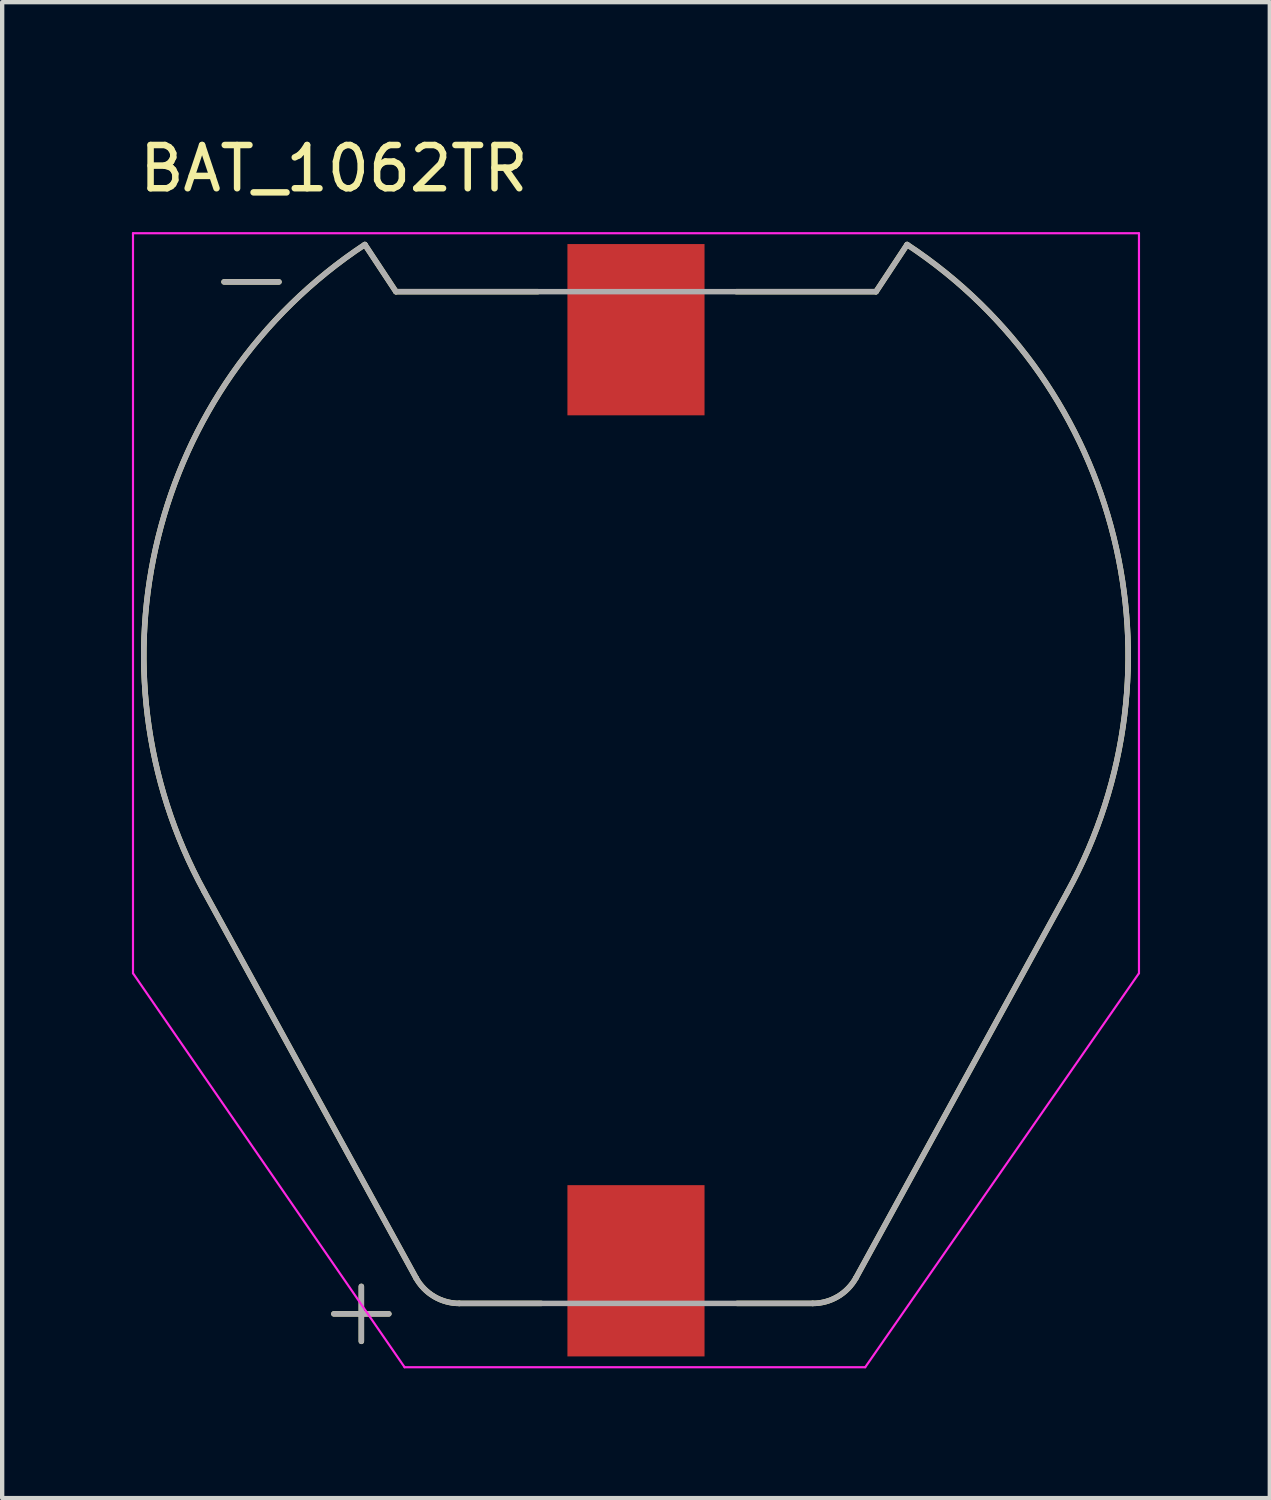
<source format=kicad_pcb>
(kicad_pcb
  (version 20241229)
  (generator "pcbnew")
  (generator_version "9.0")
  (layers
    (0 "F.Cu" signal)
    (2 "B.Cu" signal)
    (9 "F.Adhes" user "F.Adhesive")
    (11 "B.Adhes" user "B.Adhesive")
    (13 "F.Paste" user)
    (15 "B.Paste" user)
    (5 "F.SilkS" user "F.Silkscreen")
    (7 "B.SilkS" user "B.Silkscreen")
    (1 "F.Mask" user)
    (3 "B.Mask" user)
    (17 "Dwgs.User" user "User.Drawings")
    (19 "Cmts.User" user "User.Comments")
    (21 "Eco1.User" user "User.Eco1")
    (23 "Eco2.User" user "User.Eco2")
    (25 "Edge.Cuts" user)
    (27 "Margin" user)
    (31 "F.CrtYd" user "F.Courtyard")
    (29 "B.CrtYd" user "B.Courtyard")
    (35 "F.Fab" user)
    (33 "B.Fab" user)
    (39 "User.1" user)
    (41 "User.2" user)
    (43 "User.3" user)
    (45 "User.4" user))
  (footprint "BAT_1062TR"
    (layer "F.Cu")
    (at 11.655 15.453)
    (property "Reference" "BAT_1062TR" (at -6.985 -14.605 0) (layer "F.SilkS") (effects (font (size 1 1) (thickness 0.15))))
    (attr smd)
    (fp_line (start -9.525 -11.985) (end -8.255 -11.985) (stroke (width 0.127) (type solid)) (layer "F.SilkS"))
    (fp_line (start -6.985 11.876) (end -5.715 11.876) (stroke (width 0.127) (type solid)) (layer "F.SilkS"))
    (fp_line (start -6.35 11.241) (end -6.35 12.511) (stroke (width 0.127) (type solid)) (layer "F.SilkS"))
    (fp_line (start -6.269 -12.848) (end -5.55 -11.759) (stroke (width 0.127) (type solid)) (layer "F.SilkS"))
    (fp_line (start -5.55 -11.759) (end -2.27 -11.759) (stroke (width 0.127) (type solid)) (layer "F.SilkS"))
    (fp_line (start -5.088 11.041) (end -9.979 2.118) (stroke (width 0.127) (type solid)) (layer "F.SilkS"))
    (fp_line (start -2.19 11.634) (end -4.086 11.634) (stroke (width 0.127) (type solid)) (layer "F.SilkS"))
    (fp_line (start 2.32 -11.759) (end 5.55 -11.759) (stroke (width 0.127) (type solid)) (layer "F.SilkS"))
    (fp_line (start 4.086 11.634) (end 2.34 11.634) (stroke (width 0.127) (type solid)) (layer "F.SilkS"))
    (fp_line (start 5.55 -11.759) (end 6.269 -12.848) (stroke (width 0.127) (type solid)) (layer "F.SilkS"))
    (fp_line (start 9.979 2.118) (end 5.088 11.041) (stroke (width 0.127) (type solid)) (layer "F.SilkS"))
    (fp_arc (start -9.97862 2.11751) (mid -11.044954 -6.089577) (end -6.26894 -12.848501) (stroke (width 0.127) (type solid)) (layer "F.SilkS"))
    (fp_arc (start -4.08555 11.6342) (mid -4.668007 11.474673) (end -5.08787 11.0406) (stroke (width 0.127) (type solid)) (layer "F.SilkS"))
    (fp_arc (start 5.08787 11.0406) (mid 4.668007 11.474673) (end 4.08555 11.634201) (stroke (width 0.127) (type solid)) (layer "F.SilkS"))
    (fp_arc (start 6.26894 -12.8485) (mid 11.044953 -6.089577) (end 9.978619 2.11751) (stroke (width 0.127) (type solid)) (layer "F.SilkS"))
    (fp_line (start -11.63 -13.11) (end 11.63 -13.11) (stroke (width 0.05) (type solid)) (layer "F.CrtYd"))
    (fp_line (start -11.63 4) (end -11.63 -13.11) (stroke (width 0.05) (type solid)) (layer "F.CrtYd"))
    (fp_line (start -5.35 13.11) (end -11.63 4) (stroke (width 0.05) (type default)) (layer "F.CrtYd"))
    (fp_line (start 5.3 13.11) (end -5.35 13.11) (stroke (width 0.05) (type solid)) (layer "F.CrtYd"))
    (fp_line (start 5.3 13.11) (end 11.63 4) (stroke (width 0.05) (type default)) (layer "F.CrtYd"))
    (fp_line (start 11.63 -13.11) (end 11.63 4) (stroke (width 0.05) (type solid)) (layer "F.CrtYd"))
    (fp_line (start -9.525 -11.985) (end -8.255 -11.985) (stroke (width 0.127) (type solid)) (layer "F.Fab"))
    (fp_line (start -6.985 11.876) (end -5.715 11.876) (stroke (width 0.127) (type solid)) (layer "F.Fab"))
    (fp_line (start -6.35 11.241) (end -6.35 12.511) (stroke (width 0.127) (type solid)) (layer "F.Fab"))
    (fp_line (start -6.269 -12.848) (end -5.55 -11.759) (stroke (width 0.127) (type solid)) (layer "F.Fab"))
    (fp_line (start -5.55 -11.759) (end 5.55 -11.759) (stroke (width 0.127) (type solid)) (layer "F.Fab"))
    (fp_line (start -5.088 11.041) (end -9.979 2.118) (stroke (width 0.127) (type solid)) (layer "F.Fab"))
    (fp_line (start 4.086 11.634) (end -4.086 11.634) (stroke (width 0.127) (type solid)) (layer "F.Fab"))
    (fp_line (start 5.55 -11.759) (end 6.269 -12.848) (stroke (width 0.127) (type solid)) (layer "F.Fab"))
    (fp_line (start 9.979 2.118) (end 5.088 11.041) (stroke (width 0.127) (type solid)) (layer "F.Fab"))
    (fp_arc (start -9.97862 2.11751) (mid -11.044954 -6.089577) (end -6.26894 -12.848501) (stroke (width 0.127) (type solid)) (layer "F.Fab"))
    (fp_arc (start -4.08555 11.6342) (mid -4.668007 11.474673) (end -5.08787 11.0406) (stroke (width 0.127) (type solid)) (layer "F.Fab"))
    (fp_arc (start 5.08787 11.0406) (mid 4.668007 11.474673) (end 4.08555 11.634201) (stroke (width 0.127) (type solid)) (layer "F.Fab"))
    (fp_arc (start 6.26894 -12.8485) (mid 11.044953 -6.089577) (end 9.978619 2.11751) (stroke (width 0.127) (type solid)) (layer "F.Fab"))
    (pad "N" smd rect (at 0 -10.88) (size 3.17 3.96) (layers "F.Cu" "F.Mask" "F.Paste"))
    (pad "P" smd rect (at 0 10.88) (size 3.17 3.96) (layers "F.Cu" "F.Mask" "F.Paste")))
  (gr_rect
    (start -3 -3)
    (end 26.31 31.588)
    (stroke (width 0.1) (type default))
    (fill no)
    (layer "Edge.Cuts")))
</source>
